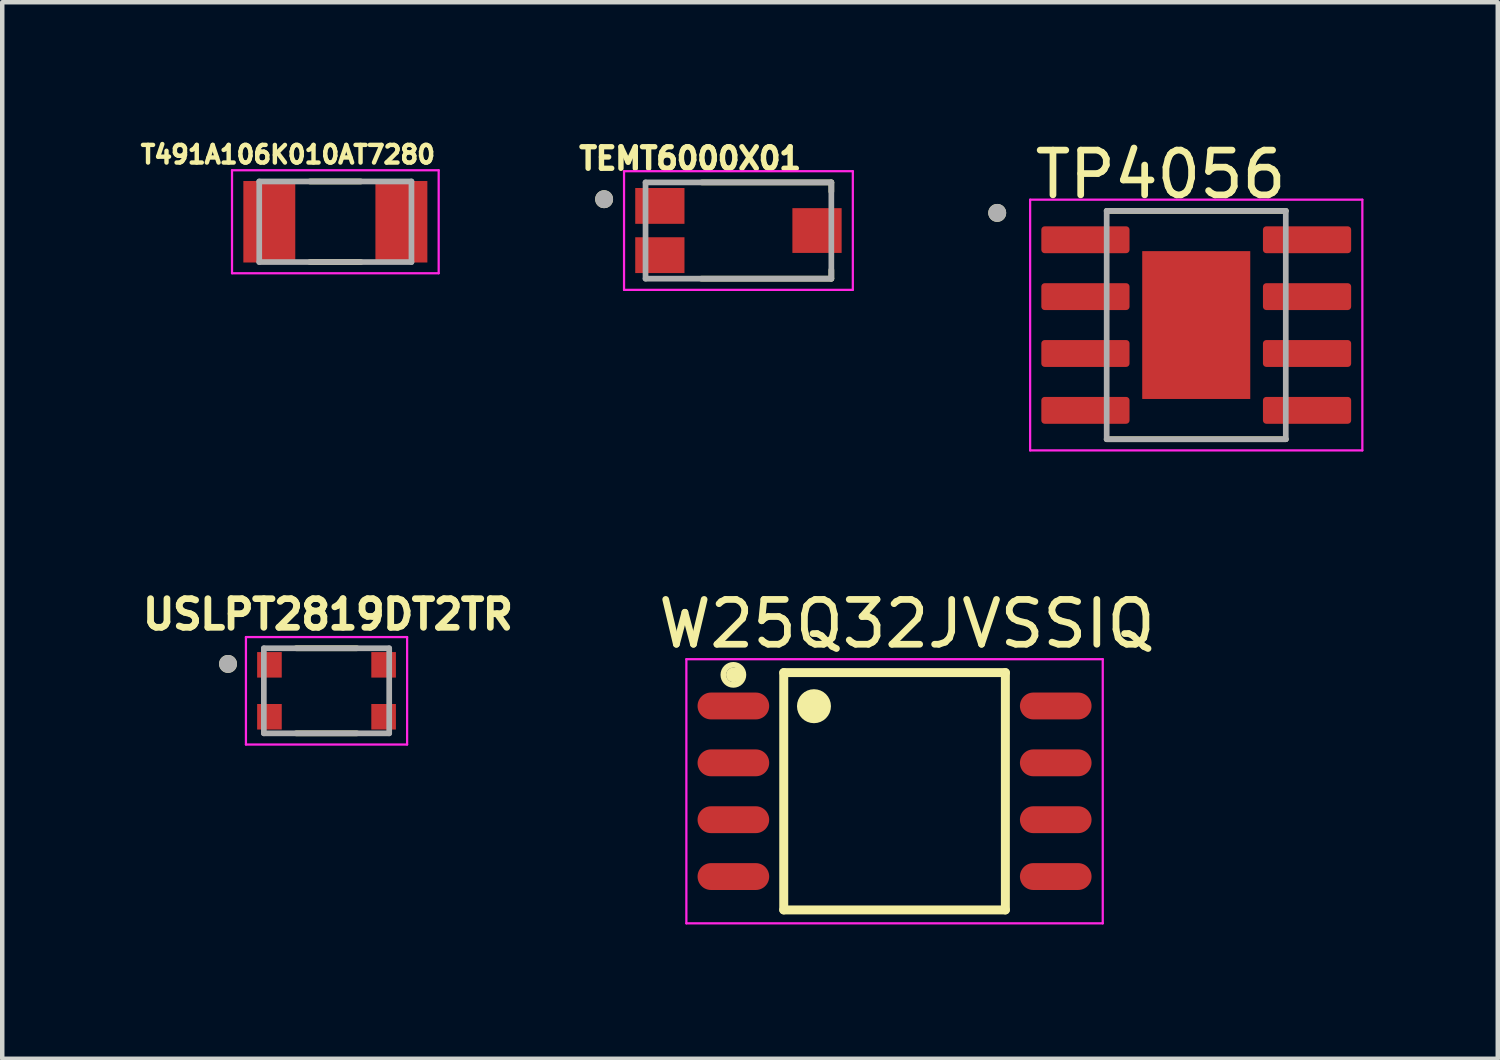
<source format=kicad_pcb>
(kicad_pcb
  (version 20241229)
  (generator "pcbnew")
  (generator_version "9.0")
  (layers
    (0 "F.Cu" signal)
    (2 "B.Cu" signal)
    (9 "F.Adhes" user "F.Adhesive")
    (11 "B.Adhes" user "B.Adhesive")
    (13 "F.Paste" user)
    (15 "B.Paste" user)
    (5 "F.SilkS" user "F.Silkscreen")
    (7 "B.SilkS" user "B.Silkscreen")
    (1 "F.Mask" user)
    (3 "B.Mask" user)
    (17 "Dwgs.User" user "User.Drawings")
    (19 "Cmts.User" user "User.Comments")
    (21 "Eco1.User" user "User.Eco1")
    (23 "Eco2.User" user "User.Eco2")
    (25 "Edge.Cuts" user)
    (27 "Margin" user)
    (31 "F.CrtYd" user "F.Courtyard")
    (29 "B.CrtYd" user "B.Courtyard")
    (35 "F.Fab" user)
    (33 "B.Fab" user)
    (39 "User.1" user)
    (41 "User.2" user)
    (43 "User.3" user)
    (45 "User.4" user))
  (footprint "TP4056"
    (layer "F.Cu")
    (at 23.668 4.21)
    (property "Reference" "TP4056" (at -0.795 -3.362 0) (layer "F.SilkS") (effects (font (size 1 1) (thickness 0.15))))
    (attr smd)
    (fp_line (start -2 -2.55) (end 2 -2.55) (stroke (width 0.127) (type solid)) (layer "F.SilkS"))
    (fp_line (start -2 2.55) (end 2 2.55) (stroke (width 0.127) (type solid)) (layer "F.SilkS"))
    (fp_circle (center -4.445 -2.505) (end -4.345 -2.505) (stroke (width 0.2) (type solid)) (fill no) (layer "F.SilkS"))
    (fp_poly (pts (xy -0.645 -0.82) (xy 0.645 -0.82) (xy 0.645 0.82) (xy -0.645 0.82)) (stroke (width 0.01) (type solid)) (fill yes) (layer "F.Paste"))
    (fp_line (start -3.71 -2.8) (end -3.71 2.8) (stroke (width 0.05) (type solid)) (layer "F.CrtYd"))
    (fp_line (start -3.71 -2.8) (end 3.71 -2.8) (stroke (width 0.05) (type solid)) (layer "F.CrtYd"))
    (fp_line (start -3.71 2.8) (end 3.71 2.8) (stroke (width 0.05) (type solid)) (layer "F.CrtYd"))
    (fp_line (start 3.71 -2.8) (end 3.71 2.8) (stroke (width 0.05) (type solid)) (layer "F.CrtYd"))
    (fp_line (start -2 -2.55) (end -2 2.55) (stroke (width 0.127) (type solid)) (layer "F.Fab"))
    (fp_line (start -2 -2.55) (end 2 -2.55) (stroke (width 0.127) (type solid)) (layer "F.Fab"))
    (fp_line (start -2 2.55) (end 2 2.55) (stroke (width 0.127) (type solid)) (layer "F.Fab"))
    (fp_line (start 2 -2.55) (end 2 2.55) (stroke (width 0.127) (type solid)) (layer "F.Fab"))
    (fp_circle (center -4.445 -2.505) (end -4.345 -2.505) (stroke (width 0.2) (type solid)) (fill no) (layer "F.Fab"))
    (pad "1" smd roundrect (at -2.475 -1.905) (size 1.97 0.6) (layers "F.Cu" "F.Mask" "F.Paste") (roundrect_rratio 0.125))
    (pad "2" smd roundrect (at -2.475 -0.635) (size 1.97 0.6) (layers "F.Cu" "F.Mask" "F.Paste") (roundrect_rratio 0.125))
    (pad "3" smd roundrect (at -2.475 0.635) (size 1.97 0.6) (layers "F.Cu" "F.Mask" "F.Paste") (roundrect_rratio 0.125))
    (pad "4" smd roundrect (at -2.475 1.905) (size 1.97 0.6) (layers "F.Cu" "F.Mask" "F.Paste") (roundrect_rratio 0.125))
    (pad "5" smd roundrect (at 2.475 1.905) (size 1.97 0.6) (layers "F.Cu" "F.Mask" "F.Paste") (roundrect_rratio 0.125))
    (pad "6" smd roundrect (at 2.475 0.635) (size 1.97 0.6) (layers "F.Cu" "F.Mask" "F.Paste") (roundrect_rratio 0.125))
    (pad "7" smd roundrect (at 2.475 -0.635) (size 1.97 0.6) (layers "F.Cu" "F.Mask" "F.Paste") (roundrect_rratio 0.125))
    (pad "8" smd roundrect (at 2.475 -1.905) (size 1.97 0.6) (layers "F.Cu" "F.Mask" "F.Paste") (roundrect_rratio 0.125))
    (pad "9" smd rect (at 0 0) (size 2.413 3.302) (layers "F.Cu" "F.Mask")))
  (footprint "TEMT6000X01"
    (layer "F.Cu")
    (at 13.443 2.099)
    (property "Reference" "TEMT6000X01" (at -1.078 -1.607 0) (layer "F.SilkS") (effects (font (size 0.481 0.481) (thickness 0.15))))
    (attr smd)
    (fp_line (start -0.82 -1.075) (end 2.075 -1.075) (stroke (width 0.127) (type solid)) (layer "F.SilkS"))
    (fp_line (start 2.075 -1.075) (end 2.075 -0.87) (stroke (width 0.127) (type solid)) (layer "F.SilkS"))
    (fp_line (start 2.075 0.88) (end 2.075 1.075) (stroke (width 0.127) (type solid)) (layer "F.SilkS"))
    (fp_line (start 2.075 1.075) (end -0.83 1.075) (stroke (width 0.127) (type solid)) (layer "F.SilkS"))
    (fp_circle (center -3 -0.7) (end -2.9 -0.7) (stroke (width 0.2) (type solid)) (fill no) (layer "F.SilkS"))
    (fp_line (start -2.555 -1.325) (end 2.555 -1.325) (stroke (width 0.05) (type solid)) (layer "F.CrtYd"))
    (fp_line (start -2.555 1.325) (end -2.555 -1.325) (stroke (width 0.05) (type solid)) (layer "F.CrtYd"))
    (fp_line (start 2.555 -1.325) (end 2.555 1.325) (stroke (width 0.05) (type solid)) (layer "F.CrtYd"))
    (fp_line (start 2.555 1.325) (end -2.555 1.325) (stroke (width 0.05) (type solid)) (layer "F.CrtYd"))
    (fp_line (start -2.075 -1.075) (end 2.075 -1.075) (stroke (width 0.127) (type solid)) (layer "F.Fab"))
    (fp_line (start -2.075 1.075) (end -2.075 -1.075) (stroke (width 0.127) (type solid)) (layer "F.Fab"))
    (fp_line (start 2.075 -1.075) (end 2.075 1.075) (stroke (width 0.127) (type solid)) (layer "F.Fab"))
    (fp_line (start 2.075 1.075) (end -2.075 1.075) (stroke (width 0.127) (type solid)) (layer "F.Fab"))
    (fp_circle (center -3 -0.7) (end -2.9 -0.7) (stroke (width 0.2) (type solid)) (fill no) (layer "F.Fab"))
    (pad "1" smd rect (at -1.755 -0.55) (size 1.1 0.8) (layers "F.Cu" "F.Mask" "F.Paste"))
    (pad "2" smd rect (at -1.755 0.55) (size 1.1 0.8) (layers "F.Cu" "F.Mask" "F.Paste"))
    (pad "3" smd rect (at 1.755 0) (size 1.1 1) (layers "F.Cu" "F.Mask" "F.Paste")))
  (footprint "W25Q32JVSSIQ"
    (layer "F.Cu")
    (at 16.93 14.623)
    (property "Reference" "W25Q32JVSSIQ" (at 0.275 -3.739 0) (layer "F.SilkS") (effects (font (size 1.001 1.001) (thickness 0.15))))
    (attr smd)
    (fp_line (start -2.475 -2.65) (end 2.475 -2.65) (stroke (width 0.2) (type solid)) (layer "F.SilkS"))
    (fp_line (start -2.475 2.65) (end -2.475 -2.65) (stroke (width 0.2) (type solid)) (layer "F.SilkS"))
    (fp_line (start 2.475 -2.65) (end 2.475 2.65) (stroke (width 0.2) (type solid)) (layer "F.SilkS"))
    (fp_line (start 2.475 2.65) (end -2.475 2.65) (stroke (width 0.2) (type solid)) (layer "F.SilkS"))
    (fp_circle (center -3.6 -2.6) (end -3.5 -2.6) (stroke (width 0.127) (type solid)) (fill no) (layer "F.SilkS"))
    (fp_circle (center -3.6 -2.6) (end -3.376 -2.6) (stroke (width 0.127) (type solid)) (fill no) (layer "F.SilkS"))
    (fp_circle (center -3.5 -2.6) (end -3.4 -2.6) (stroke (width 0.127) (type solid)) (fill no) (layer "F.SilkS"))
    (fp_circle (center -1.8 -1.9) (end -1.7 -1.9) (stroke (width 0.127) (type solid)) (fill no) (layer "F.SilkS"))
    (fp_circle (center -1.8 -1.9) (end -1.659 -1.9) (stroke (width 0.127) (type solid)) (fill no) (layer "F.SilkS"))
    (fp_circle (center -1.8 -1.9) (end -1.576 -1.9) (stroke (width 0.127) (type solid)) (fill no) (layer "F.SilkS"))
    (fp_circle (center -1.8 -1.9) (end -1.484 -1.9) (stroke (width 0.127) (type solid)) (fill no) (layer "F.SilkS"))
    (fp_circle (center -1.8 -1.8) (end -1.7 -1.8) (stroke (width 0.127) (type solid)) (fill no) (layer "F.SilkS"))
    (fp_line (start -4.65 -2.95) (end 4.65 -2.95) (stroke (width 0.05) (type solid)) (layer "F.CrtYd"))
    (fp_line (start -4.65 2.95) (end -4.65 -2.95) (stroke (width 0.05) (type solid)) (layer "F.CrtYd"))
    (fp_line (start 4.65 -2.95) (end 4.65 2.95) (stroke (width 0.05) (type solid)) (layer "F.CrtYd"))
    (fp_line (start 4.65 2.95) (end -4.65 2.95) (stroke (width 0.05) (type solid)) (layer "F.CrtYd"))
    (pad "1" smd oval (at -3.6 -1.905) (size 1.6 0.6) (layers "F.Cu" "F.Mask" "F.Paste"))
    (pad "2" smd oval (at -3.6 -0.635) (size 1.6 0.6) (layers "F.Cu" "F.Mask" "F.Paste"))
    (pad "3" smd oval (at -3.6 0.635) (size 1.6 0.6) (layers "F.Cu" "F.Mask" "F.Paste"))
    (pad "4" smd oval (at -3.6 1.905) (size 1.6 0.6) (layers "F.Cu" "F.Mask" "F.Paste"))
    (pad "5" smd oval (at 3.6 1.905) (size 1.6 0.6) (layers "F.Cu" "F.Mask" "F.Paste"))
    (pad "6" smd oval (at 3.6 0.635) (size 1.6 0.6) (layers "F.Cu" "F.Mask" "F.Paste"))
    (pad "7" smd oval (at 3.6 -0.635) (size 1.6 0.6) (layers "F.Cu" "F.Mask" "F.Paste"))
    (pad "8" smd oval (at 3.6 -1.905) (size 1.6 0.6) (layers "F.Cu" "F.Mask" "F.Paste")))
  (footprint "T491A106K010AT7280"
    (layer "F.Cu")
    (at 4.44 1.903)
    (property "Reference" "T491A106K010AT7280" (at -1.06 -1.5 0) (layer "F.SilkS") (effects (font (size 0.394 0.394) (thickness 0.15))))
    (attr smd)
    (fp_line (start -0.57 -0.9) (end 0.57 -0.9) (stroke (width 0.127) (type solid)) (layer "F.SilkS"))
    (fp_line (start -0.57 0.9) (end 0.57 0.9) (stroke (width 0.127) (type solid)) (layer "F.SilkS"))
    (fp_line (start -2.308 -1.15) (end 2.308 -1.15) (stroke (width 0.05) (type solid)) (layer "F.CrtYd"))
    (fp_line (start -2.308 1.15) (end -2.308 -1.15) (stroke (width 0.05) (type solid)) (layer "F.CrtYd"))
    (fp_line (start -2.308 1.15) (end 2.308 1.15) (stroke (width 0.05) (type solid)) (layer "F.CrtYd"))
    (fp_line (start 2.308 1.15) (end 2.308 -1.15) (stroke (width 0.05) (type solid)) (layer "F.CrtYd"))
    (fp_line (start -1.7 0.9) (end -1.7 -0.9) (stroke (width 0.127) (type solid)) (layer "F.Fab"))
    (fp_line (start 1.7 -0.9) (end -1.7 -0.9) (stroke (width 0.127) (type solid)) (layer "F.Fab"))
    (fp_line (start 1.7 0.9) (end -1.7 0.9) (stroke (width 0.127) (type solid)) (layer "F.Fab"))
    (fp_line (start 1.7 0.9) (end 1.7 -0.9) (stroke (width 0.127) (type solid)) (layer "F.Fab"))
    (pad "1" smd rect (at -1.475 0) (size 1.16 1.82) (layers "F.Cu" "F.Mask" "F.Paste"))
    (pad "2" smd rect (at 1.475 0) (size 1.16 1.82) (layers "F.Cu" "F.Mask" "F.Paste")))
  (footprint "USLPT2819DT2TR"
    (layer "F.Cu")
    (at 4.243 12.379)
    (property "Reference" "USLPT2819DT2TR" (at 0.032 -1.706 0) (layer "F.SilkS") (effects (font (size 0.64 0.64) (thickness 0.15))))
    (attr smd)
    (fp_line (start -0.68 -0.95) (end 0.68 -0.95) (stroke (width 0.127) (type solid)) (layer "F.SilkS"))
    (fp_line (start -0.68 0.95) (end 0.68 0.95) (stroke (width 0.127) (type solid)) (layer "F.SilkS"))
    (fp_circle (center -2.2 -0.6) (end -2.1 -0.6) (stroke (width 0.2) (type solid)) (fill no) (layer "F.SilkS"))
    (fp_line (start -1.8 -1.2) (end 1.8 -1.2) (stroke (width 0.05) (type solid)) (layer "F.CrtYd"))
    (fp_line (start -1.8 1.2) (end -1.8 -1.2) (stroke (width 0.05) (type solid)) (layer "F.CrtYd"))
    (fp_line (start 1.8 -1.2) (end 1.8 1.2) (stroke (width 0.05) (type solid)) (layer "F.CrtYd"))
    (fp_line (start 1.8 1.2) (end -1.8 1.2) (stroke (width 0.05) (type solid)) (layer "F.CrtYd"))
    (fp_line (start -1.4 -0.95) (end 1.4 -0.95) (stroke (width 0.127) (type solid)) (layer "F.Fab"))
    (fp_line (start -1.4 0.95) (end -1.4 -0.95) (stroke (width 0.127) (type solid)) (layer "F.Fab"))
    (fp_line (start 1.4 -0.95) (end 1.4 0.95) (stroke (width 0.127) (type solid)) (layer "F.Fab"))
    (fp_line (start 1.4 0.95) (end -1.4 0.95) (stroke (width 0.127) (type solid)) (layer "F.Fab"))
    (fp_circle (center -2.2 -0.6) (end -2.1 -0.6) (stroke (width 0.2) (type solid)) (fill no) (layer "F.Fab"))
    (pad "1" smd rect (at -1.275 -0.58) (size 0.55 0.57) (layers "F.Cu" "F.Mask" "F.Paste"))
    (pad "2" smd rect (at 1.275 -0.58) (size 0.55 0.57) (layers "F.Cu" "F.Mask" "F.Paste"))
    (pad "3" smd rect (at -1.275 0.58) (size 0.55 0.57) (layers "F.Cu" "F.Mask" "F.Paste"))
    (pad "4" smd rect (at 1.275 0.58) (size 0.55 0.57) (layers "F.Cu" "F.Mask" "F.Paste"))
    (zone (net_name "") (layer "F.Cu") (hatch full 0.508) (connect_pads) (min_thickness 0.01) (filled_areas_thickness no) (keepout (tracks not_allowed) (vias not_allowed) (pads not_allowed) (copperpour not_allowed) (footprints allowed)) (placement (enabled no)) (fill) (polygon (pts (xy 3.343 11.379) (xy 5.143 11.379) (xy 5.143 13.379) (xy 3.343 13.379))))
    (zone (net_name "") (layers "F.Cu" "B.Cu") (hatch full 0.508) (connect_pads) (min_thickness 0.01) (filled_areas_thickness no) (keepout (tracks allowed) (vias not_allowed) (pads allowed) (copperpour allowed) (footprints allowed)) (placement (enabled no)) (fill) (polygon (pts (xy 3.343 11.379) (xy 5.143 11.379) (xy 5.143 13.379) (xy 3.343 13.379)))))
  (gr_rect
    (start -3 -3)
    (end 30.403 20.598)
    (stroke (width 0.1) (type default))
    (fill no)
    (layer "Edge.Cuts")))
</source>
